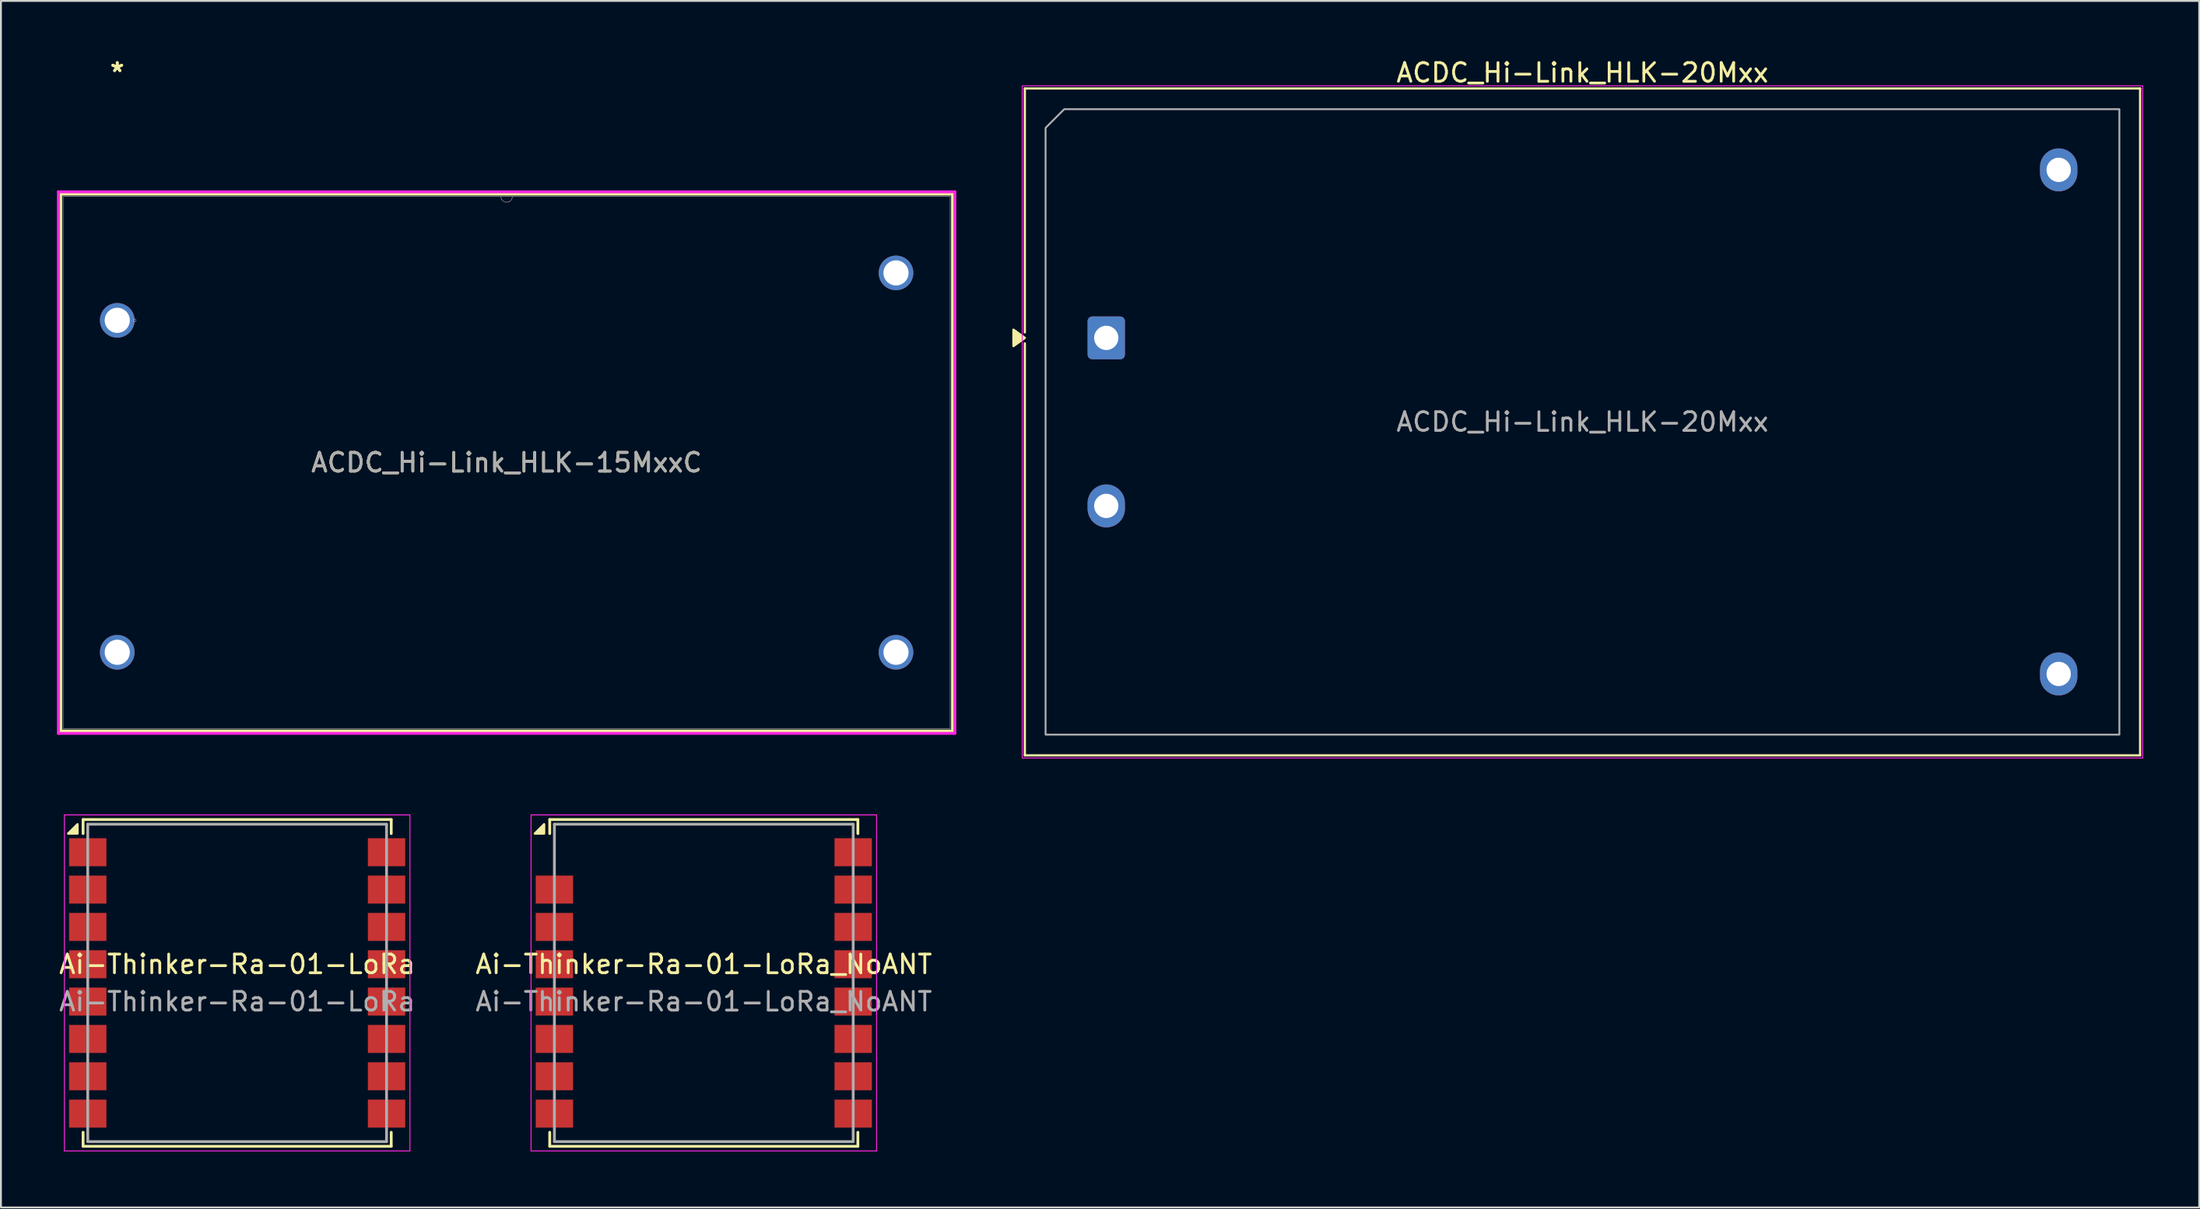
<source format=kicad_pcb>
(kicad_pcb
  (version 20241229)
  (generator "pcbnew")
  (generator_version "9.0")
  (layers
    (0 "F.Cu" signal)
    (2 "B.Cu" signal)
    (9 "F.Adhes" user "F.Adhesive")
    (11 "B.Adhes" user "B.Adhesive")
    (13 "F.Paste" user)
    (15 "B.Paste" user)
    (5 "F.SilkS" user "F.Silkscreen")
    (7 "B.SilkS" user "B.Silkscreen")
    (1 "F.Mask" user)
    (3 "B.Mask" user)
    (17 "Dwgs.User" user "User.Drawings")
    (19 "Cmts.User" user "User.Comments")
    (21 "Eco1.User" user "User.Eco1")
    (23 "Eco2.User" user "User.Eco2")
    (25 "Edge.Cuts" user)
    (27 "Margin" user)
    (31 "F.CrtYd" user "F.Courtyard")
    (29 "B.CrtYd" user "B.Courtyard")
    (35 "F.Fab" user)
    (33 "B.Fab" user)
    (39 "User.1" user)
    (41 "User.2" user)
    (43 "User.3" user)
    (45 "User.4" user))
  (footprint "Ai-Thinker-Ra-01-LoRa"
    (layer "F.Cu")
    (at 9.649 49.598)
    (property "Reference" "Ai-Thinker-Ra-01-LoRa" (at 0 -1 0) (layer "F.SilkS") (effects (font (size 1 1) (thickness 0.15))))
    (attr smd)
    (fp_line (start -8.25 -8.75) (end 8.25 -8.75) (stroke (width 0.15) (type solid)) (layer "F.SilkS"))
    (fp_line (start -8.25 -8) (end -8.25 -8.75) (stroke (width 0.15) (type solid)) (layer "F.SilkS"))
    (fp_line (start -8.25 8) (end -8.25 8.75) (stroke (width 0.15) (type solid)) (layer "F.SilkS"))
    (fp_line (start -8.25 8.75) (end 8.25 8.75) (stroke (width 0.15) (type solid)) (layer "F.SilkS"))
    (fp_line (start 8.25 -8.75) (end 8.25 -8) (stroke (width 0.15) (type solid)) (layer "F.SilkS"))
    (fp_line (start 8.25 8.75) (end 8.25 8) (stroke (width 0.15) (type solid)) (layer "F.SilkS"))
    (fp_poly (pts (xy -8.55 -8) (xy -9.05 -8) (xy -8.55 -8.5) (xy -8.55 -8)) (stroke (width 0.12) (type solid)) (fill yes) (layer "F.SilkS"))
    (fp_line (start -9.25 -9) (end 9.25 -9) (stroke (width 0.05) (type solid)) (layer "F.CrtYd"))
    (fp_line (start -9.25 9) (end -9.25 -9) (stroke (width 0.05) (type solid)) (layer "F.CrtYd"))
    (fp_line (start 9.25 -9) (end 9.25 9) (stroke (width 0.05) (type solid)) (layer "F.CrtYd"))
    (fp_line (start 9.25 9) (end -9.25 9) (stroke (width 0.05) (type solid)) (layer "F.CrtYd"))
    (fp_line (start -8 -8.5) (end 8 -8.5) (stroke (width 0.15) (type solid)) (layer "F.Fab"))
    (fp_line (start -8 8.5) (end -8 -8.5) (stroke (width 0.15) (type solid)) (layer "F.Fab"))
    (fp_line (start 8 -8.5) (end 8 8.5) (stroke (width 0.15) (type solid)) (layer "F.Fab"))
    (fp_line (start 8 8.5) (end -8 8.5) (stroke (width 0.15) (type solid)) (layer "F.Fab"))
    (fp_text user "${REFERENCE}" (at 0 1 0) (layer "F.Fab") (effects (font (size 1 1) (thickness 0.15))))
    (pad "1" smd rect (at -8 -7) (size 2 1.5) (layers "F.Cu" "F.Mask" "F.Paste"))
    (pad "2" smd rect (at -8 -5) (size 2 1.5) (layers "F.Cu" "F.Mask" "F.Paste"))
    (pad "3" smd rect (at -8 -3) (size 2 1.5) (layers "F.Cu" "F.Mask" "F.Paste"))
    (pad "4" smd rect (at -8 -1) (size 2 1.5) (layers "F.Cu" "F.Mask" "F.Paste"))
    (pad "5" smd rect (at -8 1) (size 2 1.5) (layers "F.Cu" "F.Mask" "F.Paste"))
    (pad "6" smd rect (at -8 3) (size 2 1.5) (layers "F.Cu" "F.Mask" "F.Paste"))
    (pad "7" smd rect (at -8 5) (size 2 1.5) (layers "F.Cu" "F.Mask" "F.Paste"))
    (pad "8" smd rect (at -8 7) (size 2 1.5) (layers "F.Cu" "F.Mask" "F.Paste"))
    (pad "9" smd rect (at 8 7) (size 2 1.5) (layers "F.Cu" "F.Mask" "F.Paste"))
    (pad "10" smd rect (at 8 5) (size 2 1.5) (layers "F.Cu" "F.Mask" "F.Paste"))
    (pad "11" smd rect (at 8 3) (size 2 1.5) (layers "F.Cu" "F.Mask" "F.Paste"))
    (pad "12" smd rect (at 8 1) (size 2 1.5) (layers "F.Cu" "F.Mask" "F.Paste"))
    (pad "13" smd rect (at 8 -1) (size 2 1.5) (layers "F.Cu" "F.Mask" "F.Paste"))
    (pad "14" smd rect (at 8 -3) (size 2 1.5) (layers "F.Cu" "F.Mask" "F.Paste"))
    (pad "15" smd rect (at 8 -5) (size 2 1.5) (layers "F.Cu" "F.Mask" "F.Paste"))
    (pad "16" smd rect (at 8 -7) (size 2 1.5) (layers "F.Cu" "F.Mask" "F.Paste"))
    (zone (net_name "") (layer "F.Cu") (hatch edge 0.5) (connect_pads) (min_thickness 0.25) (filled_areas_thickness no) (keepout (tracks allowed) (vias not_allowed) (pads allowed) (copperpour not_allowed) (footprints allowed)) (placement (enabled no)) (fill) (polygon (pts (xy 1.775 41.216) (xy 1.775 57.98) (xy 17.523 57.98) (xy 17.523 41.216)))))
  (footprint "ACDC_Hi-Link_HLK-20Mxx"
    (layer "F.Cu")
    (at 56.188 15.048)
    (property "Reference" "ACDC_Hi-Link_HLK-20Mxx" (at 25.5 -14.2 0) (layer "F.SilkS") (effects (font (size 1 1) (thickness 0.15))))
    (attr through_hole)
    (fp_line (start -4.36 -13.36) (end 55.36 -13.36) (stroke (width 0.12) (type solid)) (layer "F.SilkS"))
    (fp_line (start -4.36 -0.296) (end -4.36 -13.36) (stroke (width 0.12) (type solid)) (layer "F.SilkS"))
    (fp_line (start -4.36 22.36) (end -4.36 0.296) (stroke (width 0.12) (type solid)) (layer "F.SilkS"))
    (fp_line (start 55.36 -13.36) (end 55.36 22.36) (stroke (width 0.12) (type solid)) (layer "F.SilkS"))
    (fp_line (start 55.36 22.36) (end -4.36 22.36) (stroke (width 0.12) (type solid)) (layer "F.SilkS"))
    (fp_poly (pts (xy -4.36 0) (xy -4.97 0.44) (xy -4.97 -0.44)) (stroke (width 0.12) (type solid)) (fill yes) (layer "F.SilkS"))
    (fp_rect (start -4.5 -13.5) (end 55.5 22.5) (stroke (width 0.05) (type solid)) (fill no) (layer "F.CrtYd"))
    (fp_poly (pts (xy -3.25 -11.25) (xy -3.25 21.25) (xy 54.25 21.25) (xy 54.25 -12.25) (xy -2.25 -12.25)) (stroke (width 0.1) (type solid)) (fill no) (layer "F.Fab"))
    (fp_text user "${REFERENCE}" (at 25.5 4.5 0) (layer "F.Fab") (effects (font (size 1 1) (thickness 0.15))))
    (pad "1" thru_hole roundrect (at 0 0) (size 2 2.3) (drill 1.3) (layers "*.Cu" "*.Mask") (roundrect_rratio 0.125))
    (pad "2" thru_hole oval (at 0 9) (size 2 2.3) (drill 1.3) (layers "*.Cu" "*.Mask"))
    (pad "3" thru_hole oval (at 51 -9) (size 2 2.3) (drill 1.3) (layers "*.Cu" "*.Mask"))
    (pad "4" thru_hole oval (at 51 18) (size 2 2.3) (drill 1.3) (layers "*.Cu" "*.Mask")))
  (footprint "Ai-Thinker-Ra-01-LoRa_NoANT"
    (layer "F.Cu")
    (at 34.637 49.598)
    (property "Reference" "Ai-Thinker-Ra-01-LoRa_NoANT" (at 0 -1 0) (layer "F.SilkS") (effects (font (size 1 1) (thickness 0.15))))
    (attr smd)
    (fp_line (start -8.25 -8.75) (end 8.25 -8.75) (stroke (width 0.15) (type solid)) (layer "F.SilkS"))
    (fp_line (start -8.25 -8) (end -8.25 -8.75) (stroke (width 0.15) (type solid)) (layer "F.SilkS"))
    (fp_line (start -8.25 8) (end -8.25 8.75) (stroke (width 0.15) (type solid)) (layer "F.SilkS"))
    (fp_line (start -8.25 8.75) (end 8.25 8.75) (stroke (width 0.15) (type solid)) (layer "F.SilkS"))
    (fp_line (start 8.25 -8.75) (end 8.25 -8) (stroke (width 0.15) (type solid)) (layer "F.SilkS"))
    (fp_line (start 8.25 8.75) (end 8.25 8) (stroke (width 0.15) (type solid)) (layer "F.SilkS"))
    (fp_poly (pts (xy -8.55 -8) (xy -9.05 -8) (xy -8.55 -8.5) (xy -8.55 -8)) (stroke (width 0.12) (type solid)) (fill yes) (layer "F.SilkS"))
    (fp_line (start -9.25 -9) (end 9.25 -9) (stroke (width 0.05) (type solid)) (layer "F.CrtYd"))
    (fp_line (start -9.25 9) (end -9.25 -9) (stroke (width 0.05) (type solid)) (layer "F.CrtYd"))
    (fp_line (start 9.25 -9) (end 9.25 9) (stroke (width 0.05) (type solid)) (layer "F.CrtYd"))
    (fp_line (start 9.25 9) (end -9.25 9) (stroke (width 0.05) (type solid)) (layer "F.CrtYd"))
    (fp_line (start -8 -8.5) (end 8 -8.5) (stroke (width 0.15) (type solid)) (layer "F.Fab"))
    (fp_line (start -8 8.5) (end -8 -8.5) (stroke (width 0.15) (type solid)) (layer "F.Fab"))
    (fp_line (start 8 -8.5) (end 8 8.5) (stroke (width 0.15) (type solid)) (layer "F.Fab"))
    (fp_line (start 8 8.5) (end -8 8.5) (stroke (width 0.15) (type solid)) (layer "F.Fab"))
    (fp_text user "${REFERENCE}" (at 0 1 0) (layer "F.Fab") (effects (font (size 1 1) (thickness 0.15))))
    (pad "2" smd rect (at -8 -5) (size 2 1.5) (layers "F.Cu" "F.Mask" "F.Paste"))
    (pad "3" smd rect (at -8 -3) (size 2 1.5) (layers "F.Cu" "F.Mask" "F.Paste"))
    (pad "4" smd rect (at -8 -1) (size 2 1.5) (layers "F.Cu" "F.Mask" "F.Paste"))
    (pad "5" smd rect (at -8 1) (size 2 1.5) (layers "F.Cu" "F.Mask" "F.Paste"))
    (pad "6" smd rect (at -8 3) (size 2 1.5) (layers "F.Cu" "F.Mask" "F.Paste"))
    (pad "7" smd rect (at -8 5) (size 2 1.5) (layers "F.Cu" "F.Mask" "F.Paste"))
    (pad "8" smd rect (at -8 7) (size 2 1.5) (layers "F.Cu" "F.Mask" "F.Paste"))
    (pad "9" smd rect (at 8 7) (size 2 1.5) (layers "F.Cu" "F.Mask" "F.Paste"))
    (pad "10" smd rect (at 8 5) (size 2 1.5) (layers "F.Cu" "F.Mask" "F.Paste"))
    (pad "11" smd rect (at 8 3) (size 2 1.5) (layers "F.Cu" "F.Mask" "F.Paste"))
    (pad "12" smd rect (at 8 1) (size 2 1.5) (layers "F.Cu" "F.Mask" "F.Paste"))
    (pad "13" smd rect (at 8 -1) (size 2 1.5) (layers "F.Cu" "F.Mask" "F.Paste"))
    (pad "14" smd rect (at 8 -3) (size 2 1.5) (layers "F.Cu" "F.Mask" "F.Paste"))
    (pad "15" smd rect (at 8 -5) (size 2 1.5) (layers "F.Cu" "F.Mask" "F.Paste"))
    (pad "16" smd rect (at 8 -7) (size 2 1.5) (layers "F.Cu" "F.Mask" "F.Paste"))
    (zone (net_name "") (layer "F.Cu") (hatch edge 0.5) (connect_pads) (min_thickness 0.25) (filled_areas_thickness no) (keepout (tracks allowed) (vias not_allowed) (pads allowed) (copperpour not_allowed) (footprints allowed)) (placement (enabled no)) (fill) (polygon (pts (xy 26.763 41.216) (xy 26.763 57.98) (xy 42.511 57.98) (xy 42.511 41.216))))
    (zone (net_name "") (layer "F.Cu") (hatch edge 0.5) (connect_pads) (min_thickness 0.25) (filled_areas_thickness no) (keepout (tracks not_allowed) (vias not_allowed) (pads allowed) (copperpour not_allowed) (footprints allowed)) (placement (enabled no)) (fill) (polygon (pts (xy 26.763 41.216) (xy 26.763 43.848) (xy 25.637 43.848) (xy 25.637 41.453) (xy 25.874 41.216)))))
  (footprint "ACDC_Hi-Link_HLK-15MxxC"
    (layer "F.Cu")
    (at 3.229 14.108)
    (property "Reference" "ACDC_Hi-Link_HLK-15MxxC" (at 20.85 7.619 0) (unlocked yes) (layer "F.SilkS") (effects (font (size 1 1) (thickness 0.15))))
    (attr through_hole)
    (fp_line (start -3.026 -6.757) (end -3.026 21.996) (stroke (width 0.152) (type solid)) (layer "F.SilkS"))
    (fp_line (start -3.026 21.996) (end 44.726 21.996) (stroke (width 0.152) (type solid)) (layer "F.SilkS"))
    (fp_line (start 44.726 -6.757) (end -3.026 -6.757) (stroke (width 0.152) (type solid)) (layer "F.SilkS"))
    (fp_line (start 44.726 21.996) (end 44.726 -6.757) (stroke (width 0.152) (type solid)) (layer "F.SilkS"))
    (fp_line (start -3.153 -6.884) (end 44.853 -6.884) (stroke (width 0.152) (type solid)) (layer "F.CrtYd"))
    (fp_line (start -3.153 22.123) (end -3.153 -6.884) (stroke (width 0.152) (type solid)) (layer "F.CrtYd"))
    (fp_line (start 44.853 -6.884) (end 44.853 22.123) (stroke (width 0.152) (type solid)) (layer "F.CrtYd"))
    (fp_line (start 44.853 22.123) (end -3.153 22.123) (stroke (width 0.152) (type solid)) (layer "F.CrtYd"))
    (fp_line (start -2.899 -6.63) (end -2.899 21.869) (stroke (width 0.025) (type solid)) (layer "F.Fab"))
    (fp_line (start -2.899 21.869) (end 44.599 21.869) (stroke (width 0.025) (type solid)) (layer "F.Fab"))
    (fp_line (start 44.599 -6.63) (end -2.899 -6.63) (stroke (width 0.025) (type solid)) (layer "F.Fab"))
    (fp_line (start 44.599 21.869) (end 44.599 -6.63) (stroke (width 0.025) (type solid)) (layer "F.Fab"))
    (fp_arc (start 21.154797 -6.629999) (mid 20.849997 -6.325199) (end 20.545197 -6.629999) (stroke (width 0.0254) (type solid)) (layer "F.Fab"))
    (fp_circle (center 0.927 0) (end 1.003 0) (stroke (width 0.025) (type solid)) (fill no) (layer "F.Fab"))
    (fp_text user "*" (at 0 -13.26 0) (layer "F.SilkS") (effects (font (size 1 1) (thickness 0.15))))
    (fp_text user "*" (at 0 -13.26 0) (unlocked yes) (layer "F.SilkS") (effects (font (size 1 1) (thickness 0.15))))
    (fp_text user "*" (at 0 0 0) (layer "F.Fab") (effects (font (size 1 1) (thickness 0.15))))
    (fp_text user "${REFERENCE}" (at 20.85 7.619 0) (unlocked yes) (layer "F.Fab") (effects (font (size 1 1) (thickness 0.15))))
    (fp_text user "*" (at 0 0 0) (unlocked yes) (layer "F.Fab") (effects (font (size 1 1) (thickness 0.15))))
    (pad "1" thru_hole circle (at 0 0) (size 1.854 1.854) (drill 1.346) (layers "*.Cu" "*.Mask"))
    (pad "2" thru_hole circle (at 0 17.78) (size 1.854 1.854) (drill 1.346) (layers "*.Cu" "*.Mask"))
    (pad "3" thru_hole circle (at 41.7 -2.54) (size 1.854 1.854) (drill 1.346) (layers "*.Cu" "*.Mask"))
    (pad "4" thru_hole circle (at 41.7 17.78) (size 1.854 1.854) (drill 1.346) (layers "*.Cu" "*.Mask")))
  (gr_rect
    (start -3 -3)
    (end 114.713 61.623)
    (stroke (width 0.1) (type default))
    (fill no)
    (layer "Edge.Cuts")))
</source>
